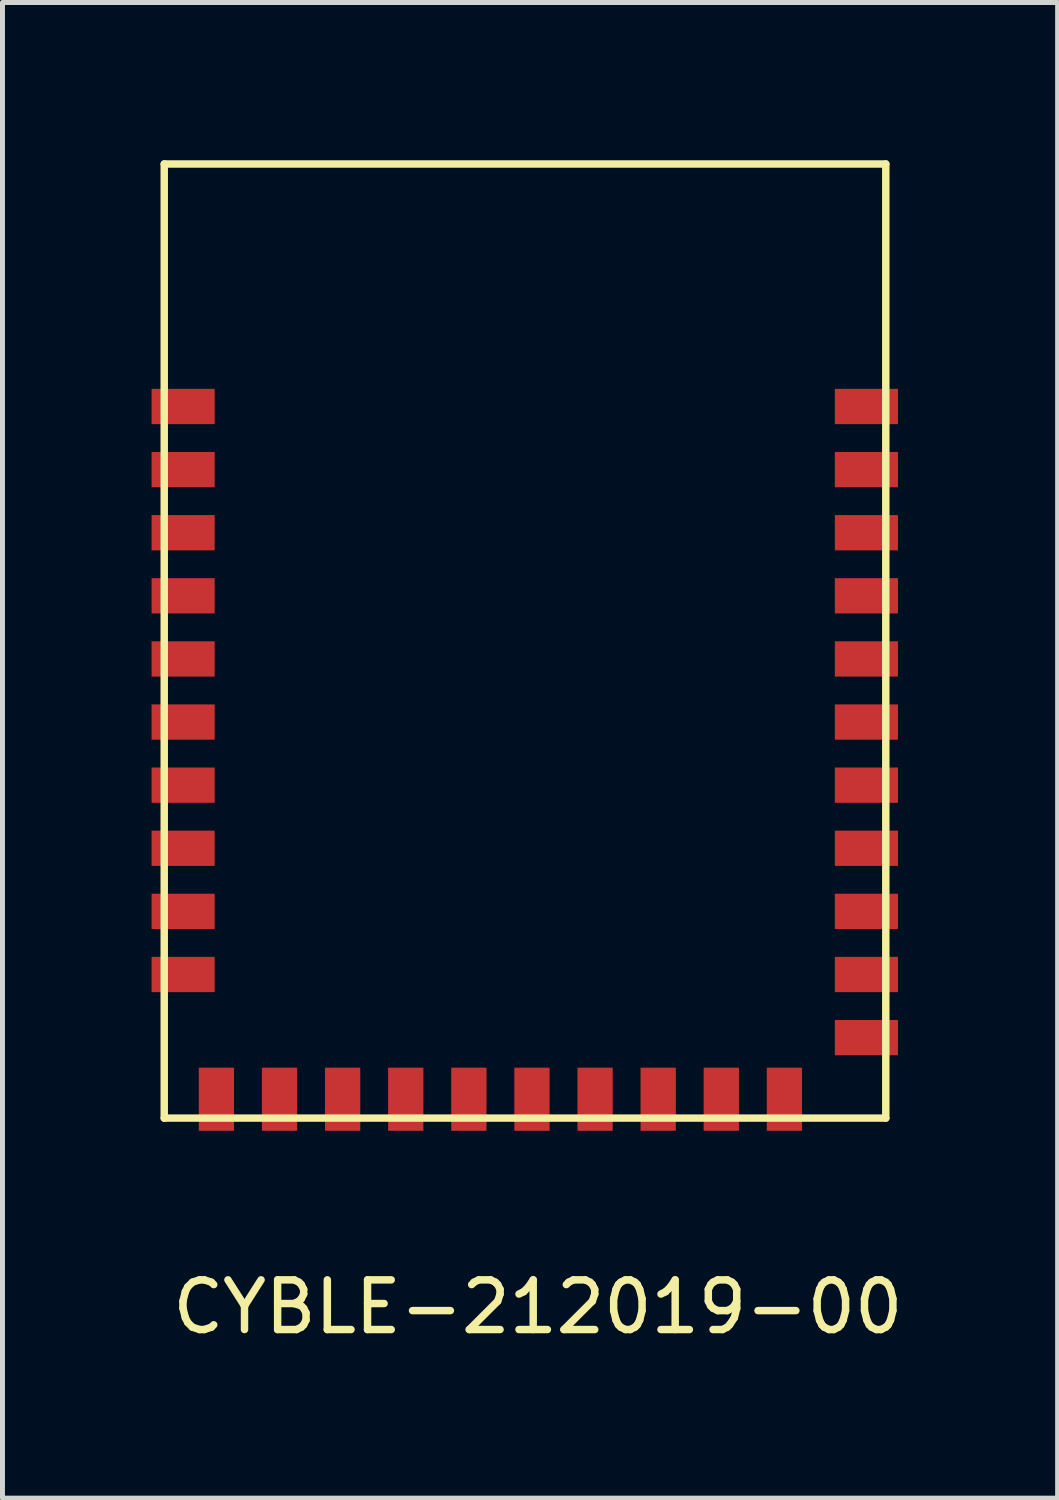
<source format=kicad_pcb>
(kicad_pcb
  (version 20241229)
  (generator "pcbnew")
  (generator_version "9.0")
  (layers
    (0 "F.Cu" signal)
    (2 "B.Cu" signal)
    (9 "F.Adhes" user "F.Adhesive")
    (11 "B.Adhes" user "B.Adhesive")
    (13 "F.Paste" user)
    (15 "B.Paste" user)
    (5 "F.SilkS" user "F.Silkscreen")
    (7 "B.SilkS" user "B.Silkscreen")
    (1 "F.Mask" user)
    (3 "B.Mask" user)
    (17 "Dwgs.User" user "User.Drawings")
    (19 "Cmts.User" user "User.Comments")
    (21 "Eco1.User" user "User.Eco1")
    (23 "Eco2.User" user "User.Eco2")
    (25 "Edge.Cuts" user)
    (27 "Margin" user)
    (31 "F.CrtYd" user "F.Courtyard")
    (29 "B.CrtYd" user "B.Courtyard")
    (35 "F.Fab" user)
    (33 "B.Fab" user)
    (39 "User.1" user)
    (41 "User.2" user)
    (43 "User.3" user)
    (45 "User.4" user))
  (footprint "CYBLE-212019-00"
    (layer "F.Cu")
    (at 14.775 0.25)
    (property "Reference" "CYBLE-212019-00" (at -7 23 0) (layer "F.SilkS") (effects (font (size 1 1) (thickness 0.15))))
    (attr through_hole)
    (fp_line (start -14.52 0) (end -14.52 19.2) (stroke (width 0.15) (type solid)) (layer "F.SilkS"))
    (fp_line (start -14.52 19.2) (end 0 19.2) (stroke (width 0.15) (type solid)) (layer "F.SilkS"))
    (fp_line (start 0 0) (end -14.52 0) (stroke (width 0.15) (type solid)) (layer "F.SilkS"))
    (fp_line (start 0 19.2) (end 0 0) (stroke (width 0.15) (type solid)) (layer "F.SilkS"))
    (pad "1" smd rect (at -0.39 4.88) (size 1.27 0.71) (layers "F.Cu" "F.Mask" "F.Paste"))
    (pad "2" smd rect (at -0.39 6.15) (size 1.27 0.71) (layers "F.Cu" "F.Mask" "F.Paste"))
    (pad "3" smd rect (at -0.39 7.42) (size 1.27 0.71) (layers "F.Cu" "F.Mask" "F.Paste"))
    (pad "4" smd rect (at -0.39 8.69) (size 1.27 0.71) (layers "F.Cu" "F.Mask" "F.Paste"))
    (pad "5" smd rect (at -0.39 9.96) (size 1.27 0.71) (layers "F.Cu" "F.Mask" "F.Paste"))
    (pad "6" smd rect (at -0.39 11.23) (size 1.27 0.71) (layers "F.Cu" "F.Mask" "F.Paste"))
    (pad "7" smd rect (at -0.39 12.5) (size 1.27 0.71) (layers "F.Cu" "F.Mask" "F.Paste"))
    (pad "8" smd rect (at -0.39 13.77) (size 1.27 0.71) (layers "F.Cu" "F.Mask" "F.Paste"))
    (pad "9" smd rect (at -0.39 15.04) (size 1.27 0.71) (layers "F.Cu" "F.Mask" "F.Paste"))
    (pad "10" smd rect (at -0.39 16.31) (size 1.27 0.71) (layers "F.Cu" "F.Mask" "F.Paste"))
    (pad "11" smd rect (at -0.39 17.58) (size 1.27 0.71) (layers "F.Cu" "F.Mask" "F.Paste"))
    (pad "12" smd rect (at -2.04 18.82 90) (size 1.27 0.71) (layers "F.Cu" "F.Mask" "F.Paste"))
    (pad "13" smd rect (at -3.31 18.82 90) (size 1.27 0.71) (layers "F.Cu" "F.Mask" "F.Paste"))
    (pad "14" smd rect (at -4.58 18.82 90) (size 1.27 0.71) (layers "F.Cu" "F.Mask" "F.Paste"))
    (pad "15" smd rect (at -5.85 18.82 90) (size 1.27 0.71) (layers "F.Cu" "F.Mask" "F.Paste"))
    (pad "16" smd rect (at -7.12 18.82 90) (size 1.27 0.71) (layers "F.Cu" "F.Mask" "F.Paste"))
    (pad "17" smd rect (at -8.39 18.82 90) (size 1.27 0.71) (layers "F.Cu" "F.Mask" "F.Paste"))
    (pad "18" smd rect (at -9.66 18.82 90) (size 1.27 0.71) (layers "F.Cu" "F.Mask" "F.Paste"))
    (pad "19" smd rect (at -10.93 18.82 90) (size 1.27 0.71) (layers "F.Cu" "F.Mask" "F.Paste"))
    (pad "20" smd rect (at -12.2 18.82 90) (size 1.27 0.71) (layers "F.Cu" "F.Mask" "F.Paste"))
    (pad "21" smd rect (at -13.47 18.82 90) (size 1.27 0.71) (layers "F.Cu" "F.Mask" "F.Paste"))
    (pad "22" smd rect (at -14.14 16.31) (size 1.27 0.71) (layers "F.Cu" "F.Mask" "F.Paste"))
    (pad "23" smd rect (at -14.14 15.04) (size 1.27 0.71) (layers "F.Cu" "F.Mask" "F.Paste"))
    (pad "24" smd rect (at -14.14 13.77) (size 1.27 0.71) (layers "F.Cu" "F.Mask" "F.Paste"))
    (pad "25" smd rect (at -14.14 12.5) (size 1.27 0.71) (layers "F.Cu" "F.Mask" "F.Paste"))
    (pad "26" smd rect (at -14.14 11.23) (size 1.27 0.71) (layers "F.Cu" "F.Mask" "F.Paste"))
    (pad "27" smd rect (at -14.14 9.96) (size 1.27 0.71) (layers "F.Cu" "F.Mask" "F.Paste"))
    (pad "28" smd rect (at -14.14 8.69) (size 1.27 0.71) (layers "F.Cu" "F.Mask" "F.Paste"))
    (pad "29" smd rect (at -14.14 7.42) (size 1.27 0.71) (layers "F.Cu" "F.Mask" "F.Paste"))
    (pad "30" smd rect (at -14.14 6.15) (size 1.27 0.71) (layers "F.Cu" "F.Mask" "F.Paste"))
    (pad "31" smd rect (at -14.14 4.88) (size 1.27 0.71) (layers "F.Cu" "F.Mask" "F.Paste")))
  (gr_rect
    (start -3 -3)
    (end 18.233 27.098)
    (stroke (width 0.1) (type default))
    (fill no)
    (layer "Edge.Cuts")))
</source>
